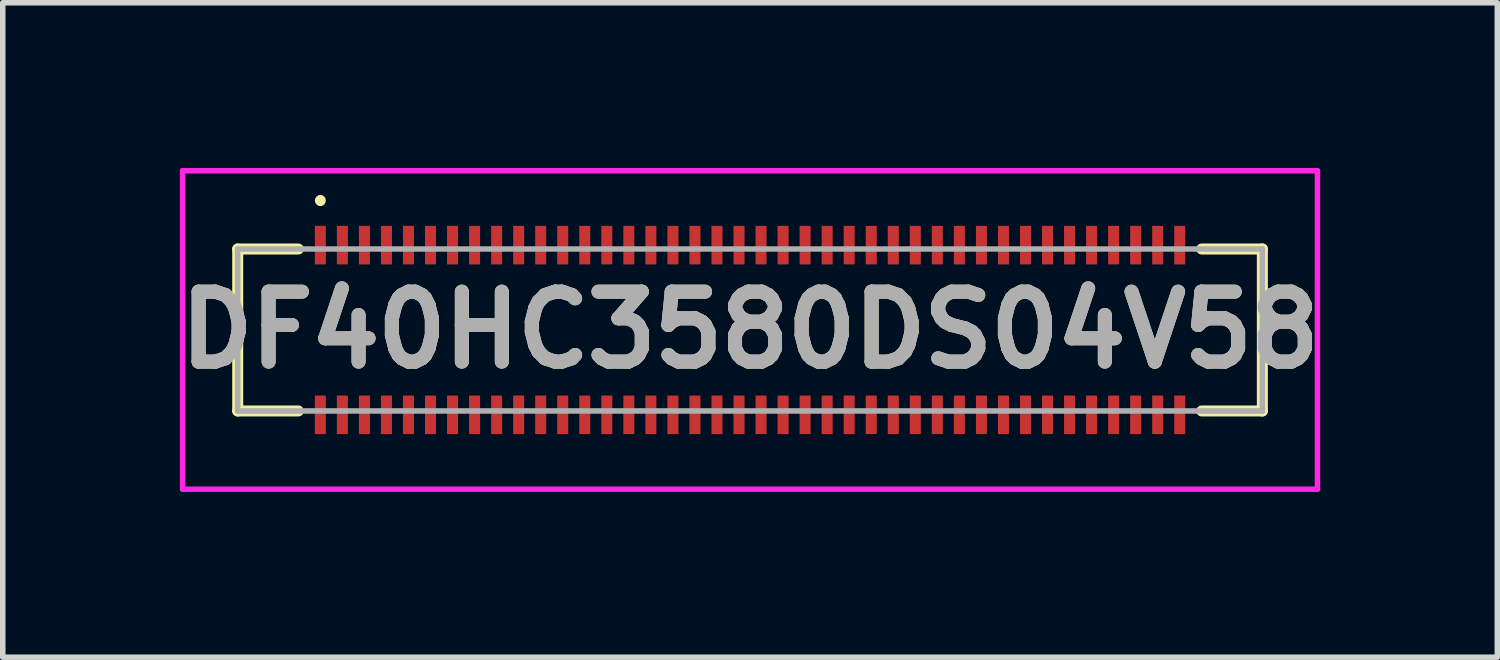
<source format=kicad_pcb>
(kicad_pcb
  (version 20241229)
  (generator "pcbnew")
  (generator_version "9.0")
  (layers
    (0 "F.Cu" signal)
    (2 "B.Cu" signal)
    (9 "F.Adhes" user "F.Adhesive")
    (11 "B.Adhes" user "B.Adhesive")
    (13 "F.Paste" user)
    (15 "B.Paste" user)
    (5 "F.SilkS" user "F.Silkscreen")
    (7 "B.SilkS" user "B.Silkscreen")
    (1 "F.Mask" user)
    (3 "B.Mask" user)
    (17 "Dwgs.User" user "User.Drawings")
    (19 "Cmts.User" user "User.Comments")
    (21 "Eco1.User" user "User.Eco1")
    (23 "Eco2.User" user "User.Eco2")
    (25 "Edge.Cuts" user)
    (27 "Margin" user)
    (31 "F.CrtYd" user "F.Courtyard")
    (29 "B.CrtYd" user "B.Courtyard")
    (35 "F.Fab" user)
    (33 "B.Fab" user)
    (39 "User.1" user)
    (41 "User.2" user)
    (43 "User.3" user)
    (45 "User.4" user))
  (footprint "DF40HC3580DS04V58"
    (layer "F.Cu")
    (at 10.565 2.94)
    (property "Reference" "DF40HC3580DS04V58" (at 0 0 0) (layer "F.SilkS") (effects (font (size 1.27 1.27) (thickness 0.254))))
    (attr smd)
    (fp_line (start -9.3 -1.47) (end -9.3 1.47) (stroke (width 0.2) (type solid)) (layer "F.SilkS"))
    (fp_line (start -9.3 1.47) (end -8.2 1.47) (stroke (width 0.2) (type solid)) (layer "F.SilkS"))
    (fp_line (start -8.2 -1.47) (end -9.3 -1.47) (stroke (width 0.2) (type solid)) (layer "F.SilkS"))
    (fp_line (start -7.8 -2.4) (end -7.8 -2.4) (stroke (width 0.1) (type solid)) (layer "F.SilkS"))
    (fp_line (start -7.8 -2.3) (end -7.8 -2.3) (stroke (width 0.1) (type solid)) (layer "F.SilkS"))
    (fp_line (start 8.2 1.47) (end 9.3 1.47) (stroke (width 0.2) (type solid)) (layer "F.SilkS"))
    (fp_line (start 9.3 -1.47) (end 8.2 -1.47) (stroke (width 0.2) (type solid)) (layer "F.SilkS"))
    (fp_line (start 9.3 1.47) (end 9.3 -1.47) (stroke (width 0.2) (type solid)) (layer "F.SilkS"))
    (fp_arc (start -7.8 -2.4) (mid -7.75 -2.35) (end -7.8 -2.3) (stroke (width 0.1) (type solid)) (layer "F.SilkS"))
    (fp_arc (start -7.8 -2.3) (mid -7.85 -2.35) (end -7.8 -2.4) (stroke (width 0.1) (type solid)) (layer "F.SilkS"))
    (fp_line (start -10.3 -2.89) (end -10.3 2.89) (stroke (width 0.1) (type solid)) (layer "F.CrtYd"))
    (fp_line (start -10.3 2.89) (end 10.3 2.89) (stroke (width 0.1) (type solid)) (layer "F.CrtYd"))
    (fp_line (start 10.3 -2.89) (end -10.3 -2.89) (stroke (width 0.1) (type solid)) (layer "F.CrtYd"))
    (fp_line (start 10.3 2.89) (end 10.3 -2.89) (stroke (width 0.1) (type solid)) (layer "F.CrtYd"))
    (fp_line (start -9.3 -1.47) (end -9.3 1.47) (stroke (width 0.1) (type solid)) (layer "F.Fab"))
    (fp_line (start -9.3 1.47) (end 9.3 1.47) (stroke (width 0.1) (type solid)) (layer "F.Fab"))
    (fp_line (start 9.3 -1.47) (end -9.3 -1.47) (stroke (width 0.1) (type solid)) (layer "F.Fab"))
    (fp_line (start 9.3 1.47) (end 9.3 -1.47) (stroke (width 0.1) (type solid)) (layer "F.Fab"))
    (fp_text user "${REFERENCE}" (at 0 0 0) (layer "F.Fab") (effects (font (size 1.27 1.27) (thickness 0.254))))
    (pad "1" smd rect (at -7.8 -1.54) (size 0.2 0.7) (layers "F.Cu" "F.Mask" "F.Paste"))
    (pad "2" smd rect (at -7.8 1.54) (size 0.2 0.7) (layers "F.Cu" "F.Mask" "F.Paste"))
    (pad "3" smd rect (at -7.4 -1.54) (size 0.2 0.7) (layers "F.Cu" "F.Mask" "F.Paste"))
    (pad "4" smd rect (at -7.4 1.54) (size 0.2 0.7) (layers "F.Cu" "F.Mask" "F.Paste"))
    (pad "5" smd rect (at -7 -1.54) (size 0.2 0.7) (layers "F.Cu" "F.Mask" "F.Paste"))
    (pad "6" smd rect (at -7 1.54) (size 0.2 0.7) (layers "F.Cu" "F.Mask" "F.Paste"))
    (pad "7" smd rect (at -6.6 -1.54) (size 0.2 0.7) (layers "F.Cu" "F.Mask" "F.Paste"))
    (pad "8" smd rect (at -6.6 1.54) (size 0.2 0.7) (layers "F.Cu" "F.Mask" "F.Paste"))
    (pad "9" smd rect (at -6.2 -1.54) (size 0.2 0.7) (layers "F.Cu" "F.Mask" "F.Paste"))
    (pad "10" smd rect (at -6.2 1.54) (size 0.2 0.7) (layers "F.Cu" "F.Mask" "F.Paste"))
    (pad "11" smd rect (at -5.8 -1.54) (size 0.2 0.7) (layers "F.Cu" "F.Mask" "F.Paste"))
    (pad "12" smd rect (at -5.8 1.54) (size 0.2 0.7) (layers "F.Cu" "F.Mask" "F.Paste"))
    (pad "13" smd rect (at -5.4 -1.54) (size 0.2 0.7) (layers "F.Cu" "F.Mask" "F.Paste"))
    (pad "14" smd rect (at -5.4 1.54) (size 0.2 0.7) (layers "F.Cu" "F.Mask" "F.Paste"))
    (pad "15" smd rect (at -5 -1.54) (size 0.2 0.7) (layers "F.Cu" "F.Mask" "F.Paste"))
    (pad "16" smd rect (at -5 1.54) (size 0.2 0.7) (layers "F.Cu" "F.Mask" "F.Paste"))
    (pad "17" smd rect (at -4.6 -1.54) (size 0.2 0.7) (layers "F.Cu" "F.Mask" "F.Paste"))
    (pad "18" smd rect (at -4.6 1.54) (size 0.2 0.7) (layers "F.Cu" "F.Mask" "F.Paste"))
    (pad "19" smd rect (at -4.2 -1.54) (size 0.2 0.7) (layers "F.Cu" "F.Mask" "F.Paste"))
    (pad "20" smd rect (at -4.2 1.54) (size 0.2 0.7) (layers "F.Cu" "F.Mask" "F.Paste"))
    (pad "21" smd rect (at -3.8 -1.54) (size 0.2 0.7) (layers "F.Cu" "F.Mask" "F.Paste"))
    (pad "22" smd rect (at -3.8 1.54) (size 0.2 0.7) (layers "F.Cu" "F.Mask" "F.Paste"))
    (pad "23" smd rect (at -3.4 -1.54) (size 0.2 0.7) (layers "F.Cu" "F.Mask" "F.Paste"))
    (pad "24" smd rect (at -3.4 1.54) (size 0.2 0.7) (layers "F.Cu" "F.Mask" "F.Paste"))
    (pad "25" smd rect (at -3 -1.54) (size 0.2 0.7) (layers "F.Cu" "F.Mask" "F.Paste"))
    (pad "26" smd rect (at -3 1.54) (size 0.2 0.7) (layers "F.Cu" "F.Mask" "F.Paste"))
    (pad "27" smd rect (at -2.6 -1.54) (size 0.2 0.7) (layers "F.Cu" "F.Mask" "F.Paste"))
    (pad "28" smd rect (at -2.6 1.54) (size 0.2 0.7) (layers "F.Cu" "F.Mask" "F.Paste"))
    (pad "29" smd rect (at -2.2 -1.54) (size 0.2 0.7) (layers "F.Cu" "F.Mask" "F.Paste"))
    (pad "30" smd rect (at -2.2 1.54) (size 0.2 0.7) (layers "F.Cu" "F.Mask" "F.Paste"))
    (pad "31" smd rect (at -1.8 -1.54) (size 0.2 0.7) (layers "F.Cu" "F.Mask" "F.Paste"))
    (pad "32" smd rect (at -1.8 1.54) (size 0.2 0.7) (layers "F.Cu" "F.Mask" "F.Paste"))
    (pad "33" smd rect (at -1.4 -1.54) (size 0.2 0.7) (layers "F.Cu" "F.Mask" "F.Paste"))
    (pad "34" smd rect (at -1.4 1.54) (size 0.2 0.7) (layers "F.Cu" "F.Mask" "F.Paste"))
    (pad "35" smd rect (at -1 -1.54) (size 0.2 0.7) (layers "F.Cu" "F.Mask" "F.Paste"))
    (pad "36" smd rect (at -1 1.54) (size 0.2 0.7) (layers "F.Cu" "F.Mask" "F.Paste"))
    (pad "37" smd rect (at -0.6 -1.54) (size 0.2 0.7) (layers "F.Cu" "F.Mask" "F.Paste"))
    (pad "38" smd rect (at -0.6 1.54) (size 0.2 0.7) (layers "F.Cu" "F.Mask" "F.Paste"))
    (pad "39" smd rect (at -0.2 -1.54) (size 0.2 0.7) (layers "F.Cu" "F.Mask" "F.Paste"))
    (pad "40" smd rect (at -0.2 1.54) (size 0.2 0.7) (layers "F.Cu" "F.Mask" "F.Paste"))
    (pad "41" smd rect (at 0.2 -1.54) (size 0.2 0.7) (layers "F.Cu" "F.Mask" "F.Paste"))
    (pad "42" smd rect (at 0.2 1.54) (size 0.2 0.7) (layers "F.Cu" "F.Mask" "F.Paste"))
    (pad "43" smd rect (at 0.6 -1.54) (size 0.2 0.7) (layers "F.Cu" "F.Mask" "F.Paste"))
    (pad "44" smd rect (at 0.6 1.54) (size 0.2 0.7) (layers "F.Cu" "F.Mask" "F.Paste"))
    (pad "45" smd rect (at 1 -1.54) (size 0.2 0.7) (layers "F.Cu" "F.Mask" "F.Paste"))
    (pad "46" smd rect (at 1 1.54) (size 0.2 0.7) (layers "F.Cu" "F.Mask" "F.Paste"))
    (pad "47" smd rect (at 1.4 -1.54) (size 0.2 0.7) (layers "F.Cu" "F.Mask" "F.Paste"))
    (pad "48" smd rect (at 1.4 1.54) (size 0.2 0.7) (layers "F.Cu" "F.Mask" "F.Paste"))
    (pad "49" smd rect (at 1.8 -1.54) (size 0.2 0.7) (layers "F.Cu" "F.Mask" "F.Paste"))
    (pad "50" smd rect (at 1.8 1.54) (size 0.2 0.7) (layers "F.Cu" "F.Mask" "F.Paste"))
    (pad "51" smd rect (at 2.2 -1.54) (size 0.2 0.7) (layers "F.Cu" "F.Mask" "F.Paste"))
    (pad "52" smd rect (at 2.2 1.54) (size 0.2 0.7) (layers "F.Cu" "F.Mask" "F.Paste"))
    (pad "53" smd rect (at 2.6 -1.54) (size 0.2 0.7) (layers "F.Cu" "F.Mask" "F.Paste"))
    (pad "54" smd rect (at 2.6 1.54) (size 0.2 0.7) (layers "F.Cu" "F.Mask" "F.Paste"))
    (pad "55" smd rect (at 3 -1.54) (size 0.2 0.7) (layers "F.Cu" "F.Mask" "F.Paste"))
    (pad "56" smd rect (at 3 1.54) (size 0.2 0.7) (layers "F.Cu" "F.Mask" "F.Paste"))
    (pad "57" smd rect (at 3.4 -1.54) (size 0.2 0.7) (layers "F.Cu" "F.Mask" "F.Paste"))
    (pad "58" smd rect (at 3.4 1.54) (size 0.2 0.7) (layers "F.Cu" "F.Mask" "F.Paste"))
    (pad "59" smd rect (at 3.8 -1.54) (size 0.2 0.7) (layers "F.Cu" "F.Mask" "F.Paste"))
    (pad "60" smd rect (at 3.8 1.54) (size 0.2 0.7) (layers "F.Cu" "F.Mask" "F.Paste"))
    (pad "61" smd rect (at 4.2 -1.54) (size 0.2 0.7) (layers "F.Cu" "F.Mask" "F.Paste"))
    (pad "62" smd rect (at 4.2 1.54) (size 0.2 0.7) (layers "F.Cu" "F.Mask" "F.Paste"))
    (pad "63" smd rect (at 4.6 -1.54) (size 0.2 0.7) (layers "F.Cu" "F.Mask" "F.Paste"))
    (pad "64" smd rect (at 4.6 1.54) (size 0.2 0.7) (layers "F.Cu" "F.Mask" "F.Paste"))
    (pad "65" smd rect (at 5 -1.54) (size 0.2 0.7) (layers "F.Cu" "F.Mask" "F.Paste"))
    (pad "66" smd rect (at 5 1.54) (size 0.2 0.7) (layers "F.Cu" "F.Mask" "F.Paste"))
    (pad "67" smd rect (at 5.4 -1.54) (size 0.2 0.7) (layers "F.Cu" "F.Mask" "F.Paste"))
    (pad "68" smd rect (at 5.4 1.54) (size 0.2 0.7) (layers "F.Cu" "F.Mask" "F.Paste"))
    (pad "69" smd rect (at 5.8 -1.54) (size 0.2 0.7) (layers "F.Cu" "F.Mask" "F.Paste"))
    (pad "70" smd rect (at 5.8 1.54) (size 0.2 0.7) (layers "F.Cu" "F.Mask" "F.Paste"))
    (pad "71" smd rect (at 6.2 -1.54) (size 0.2 0.7) (layers "F.Cu" "F.Mask" "F.Paste"))
    (pad "72" smd rect (at 6.2 1.54) (size 0.2 0.7) (layers "F.Cu" "F.Mask" "F.Paste"))
    (pad "73" smd rect (at 6.6 -1.54) (size 0.2 0.7) (layers "F.Cu" "F.Mask" "F.Paste"))
    (pad "74" smd rect (at 6.6 1.54) (size 0.2 0.7) (layers "F.Cu" "F.Mask" "F.Paste"))
    (pad "75" smd rect (at 7 -1.54) (size 0.2 0.7) (layers "F.Cu" "F.Mask" "F.Paste"))
    (pad "76" smd rect (at 7 1.54) (size 0.2 0.7) (layers "F.Cu" "F.Mask" "F.Paste"))
    (pad "77" smd rect (at 7.4 -1.54) (size 0.2 0.7) (layers "F.Cu" "F.Mask" "F.Paste"))
    (pad "78" smd rect (at 7.4 1.54) (size 0.2 0.7) (layers "F.Cu" "F.Mask" "F.Paste"))
    (pad "79" smd rect (at 7.8 -1.54) (size 0.2 0.7) (layers "F.Cu" "F.Mask" "F.Paste"))
    (pad "80" smd rect (at 7.8 1.54) (size 0.2 0.7) (layers "F.Cu" "F.Mask" "F.Paste")))
  (gr_rect
    (start -3 -3)
    (end 24.13 8.88)
    (stroke (width 0.1) (type default))
    (fill no)
    (layer "Edge.Cuts")))
</source>
